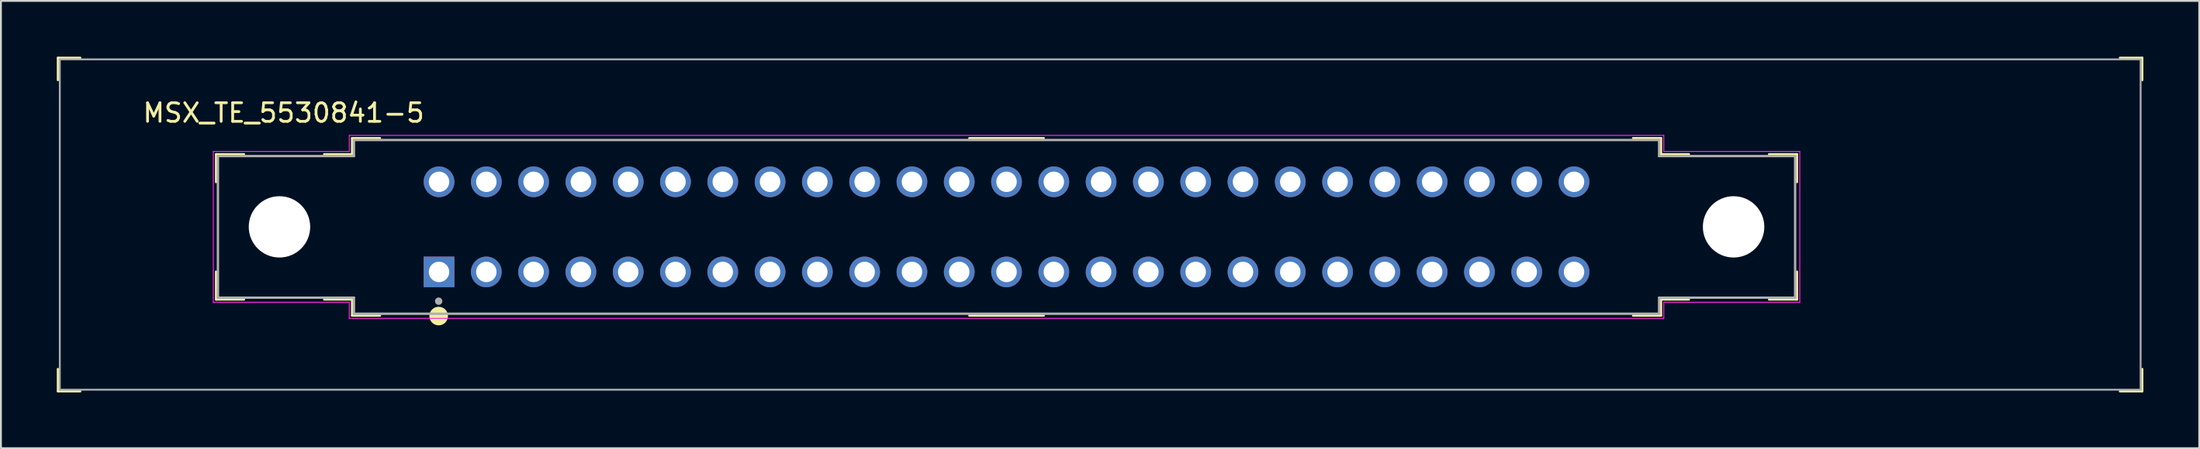
<source format=kicad_pcb>
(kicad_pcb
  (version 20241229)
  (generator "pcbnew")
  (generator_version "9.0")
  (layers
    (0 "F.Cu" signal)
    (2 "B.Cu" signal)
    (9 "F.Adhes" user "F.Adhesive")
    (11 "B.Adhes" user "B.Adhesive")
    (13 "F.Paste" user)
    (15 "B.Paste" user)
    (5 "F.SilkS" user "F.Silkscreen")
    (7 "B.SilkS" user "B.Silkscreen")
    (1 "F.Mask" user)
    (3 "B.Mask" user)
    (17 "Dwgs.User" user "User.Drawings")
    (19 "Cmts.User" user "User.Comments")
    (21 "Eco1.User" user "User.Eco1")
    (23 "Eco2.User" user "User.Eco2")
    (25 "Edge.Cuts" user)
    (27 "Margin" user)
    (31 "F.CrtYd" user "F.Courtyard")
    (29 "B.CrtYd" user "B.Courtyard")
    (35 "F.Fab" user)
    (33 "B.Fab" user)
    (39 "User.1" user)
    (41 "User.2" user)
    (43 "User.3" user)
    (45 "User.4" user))
  (footprint "MSX_TE_5530841-5"
    (layer "F.Cu")
    (at 51.01 9.16)
    (property "Reference" "MSX_TE_5530841-5" (at -38.825 -6.135 0) (layer "F.SilkS") (effects (font (size 1 1) (thickness 0.15))))
    (attr through_hole)
    (fp_line (start -50.95 -9.1) (end -50.95 -7.9) (stroke (width 0.12) (type solid)) (layer "F.SilkS"))
    (fp_line (start -50.95 -9.1) (end -49.75 -9.1) (stroke (width 0.12) (type solid)) (layer "F.SilkS"))
    (fp_line (start -50.95 8.85) (end -50.95 7.65) (stroke (width 0.12) (type solid)) (layer "F.SilkS"))
    (fp_line (start -50.95 8.85) (end -49.75 8.85) (stroke (width 0.12) (type solid)) (layer "F.SilkS"))
    (fp_line (start -42.455 -2.41) (end -42.455 -3.91) (stroke (width 0.12) (type solid)) (layer "F.SilkS"))
    (fp_line (start -42.455 2.41) (end -42.455 3.91) (stroke (width 0.12) (type solid)) (layer "F.SilkS"))
    (fp_line (start -40.955 -3.91) (end -42.455 -3.91) (stroke (width 0.12) (type solid)) (layer "F.SilkS"))
    (fp_line (start -40.955 3.91) (end -42.455 3.91) (stroke (width 0.12) (type solid)) (layer "F.SilkS"))
    (fp_line (start -36.65 -3.91) (end -35.15 -3.91) (stroke (width 0.12) (type solid)) (layer "F.SilkS"))
    (fp_line (start -36.65 3.91) (end -35.15 3.91) (stroke (width 0.12) (type solid)) (layer "F.SilkS"))
    (fp_line (start -35.15 -4.775) (end -35.15 -3.91) (stroke (width 0.12) (type solid)) (layer "F.SilkS"))
    (fp_line (start -35.15 3.91) (end -35.15 4.775) (stroke (width 0.12) (type solid)) (layer "F.SilkS"))
    (fp_line (start -33.65 -4.775) (end -35.15 -4.775) (stroke (width 0.12) (type solid)) (layer "F.SilkS"))
    (fp_line (start -33.65 4.775) (end -35.15 4.775) (stroke (width 0.12) (type solid)) (layer "F.SilkS"))
    (fp_line (start -2 4.775) (end 2 4.775) (stroke (width 0.12) (type solid)) (layer "F.SilkS"))
    (fp_line (start 2 -4.775) (end -2 -4.775) (stroke (width 0.12) (type solid)) (layer "F.SilkS"))
    (fp_line (start 33.65 -4.775) (end 35.15 -4.775) (stroke (width 0.12) (type solid)) (layer "F.SilkS"))
    (fp_line (start 33.65 4.775) (end 35.15 4.775) (stroke (width 0.12) (type solid)) (layer "F.SilkS"))
    (fp_line (start 35.15 -3.91) (end 35.15 -4.775) (stroke (width 0.127) (type solid)) (layer "F.SilkS"))
    (fp_line (start 35.15 4.775) (end 35.15 3.91) (stroke (width 0.127) (type solid)) (layer "F.SilkS"))
    (fp_line (start 36.65 -3.91) (end 35.15 -3.91) (stroke (width 0.12) (type solid)) (layer "F.SilkS"))
    (fp_line (start 36.65 3.91) (end 35.15 3.91) (stroke (width 0.12) (type solid)) (layer "F.SilkS"))
    (fp_line (start 40.955 -3.91) (end 42.455 -3.91) (stroke (width 0.12) (type solid)) (layer "F.SilkS"))
    (fp_line (start 40.955 3.91) (end 42.455 3.91) (stroke (width 0.12) (type solid)) (layer "F.SilkS"))
    (fp_line (start 42.455 -2.41) (end 42.455 -3.91) (stroke (width 0.12) (type solid)) (layer "F.SilkS"))
    (fp_line (start 42.455 2.41) (end 42.455 3.91) (stroke (width 0.12) (type solid)) (layer "F.SilkS"))
    (fp_line (start 61 -9.1) (end 59.8 -9.1) (stroke (width 0.12) (type solid)) (layer "F.SilkS"))
    (fp_line (start 61 -9.1) (end 61 -7.9) (stroke (width 0.12) (type solid)) (layer "F.SilkS"))
    (fp_line (start 61 8.85) (end 59.8 8.85) (stroke (width 0.12) (type solid)) (layer "F.SilkS"))
    (fp_line (start 61 8.85) (end 61 7.65) (stroke (width 0.12) (type solid)) (layer "F.SilkS"))
    (fp_circle (center -30.5 4.8) (end -30.25 4.8) (stroke (width 0.5) (type solid)) (fill no) (layer "F.SilkS"))
    (fp_line (start -42.605 -4.06) (end -42.605 4.06) (stroke (width 0.05) (type solid)) (layer "F.CrtYd"))
    (fp_line (start -42.605 4.06) (end -35.3 4.06) (stroke (width 0.05) (type solid)) (layer "F.CrtYd"))
    (fp_line (start -35.3 -4.925) (end -35.3 -4.06) (stroke (width 0.05) (type solid)) (layer "F.CrtYd"))
    (fp_line (start -35.3 -4.06) (end -42.605 -4.06) (stroke (width 0.05) (type solid)) (layer "F.CrtYd"))
    (fp_line (start -35.3 4.06) (end -35.3 4.925) (stroke (width 0.05) (type solid)) (layer "F.CrtYd"))
    (fp_line (start -35.3 4.925) (end 35.3 4.925) (stroke (width 0.05) (type solid)) (layer "F.CrtYd"))
    (fp_line (start 35.3 -4.925) (end -35.3 -4.925) (stroke (width 0.05) (type solid)) (layer "F.CrtYd"))
    (fp_line (start 35.3 -4.06) (end 35.3 -4.925) (stroke (width 0.05) (type solid)) (layer "F.CrtYd"))
    (fp_line (start 35.3 4.06) (end 42.605 4.06) (stroke (width 0.05) (type solid)) (layer "F.CrtYd"))
    (fp_line (start 35.3 4.925) (end 35.3 4.06) (stroke (width 0.05) (type solid)) (layer "F.CrtYd"))
    (fp_line (start 42.605 -4.06) (end 35.3 -4.06) (stroke (width 0.05) (type solid)) (layer "F.CrtYd"))
    (fp_line (start 42.605 4.06) (end 42.605 -4.06) (stroke (width 0.05) (type solid)) (layer "F.CrtYd"))
    (fp_line (start -50.848 -9.017) (end 60.912 -9.017) (stroke (width 0.1) (type solid)) (layer "F.Fab"))
    (fp_line (start -50.848 8.763) (end -50.848 -9.017) (stroke (width 0.1) (type solid)) (layer "F.Fab"))
    (fp_line (start -42.355 -3.81) (end -42.355 3.81) (stroke (width 0.127) (type solid)) (layer "F.Fab"))
    (fp_line (start -42.355 3.81) (end -35.05 3.81) (stroke (width 0.127) (type solid)) (layer "F.Fab"))
    (fp_line (start -35.05 -4.675) (end -35.05 -3.81) (stroke (width 0.127) (type solid)) (layer "F.Fab"))
    (fp_line (start -35.05 -3.81) (end -42.355 -3.81) (stroke (width 0.127) (type solid)) (layer "F.Fab"))
    (fp_line (start -35.05 3.81) (end -35.05 4.675) (stroke (width 0.127) (type solid)) (layer "F.Fab"))
    (fp_line (start -35.05 4.675) (end 35.05 4.675) (stroke (width 0.127) (type solid)) (layer "F.Fab"))
    (fp_line (start 35.05 -4.675) (end -35.05 -4.675) (stroke (width 0.127) (type solid)) (layer "F.Fab"))
    (fp_line (start 35.05 -3.81) (end 35.05 -4.675) (stroke (width 0.127) (type solid)) (layer "F.Fab"))
    (fp_line (start 35.05 3.81) (end 42.355 3.81) (stroke (width 0.127) (type solid)) (layer "F.Fab"))
    (fp_line (start 35.05 4.675) (end 35.05 3.81) (stroke (width 0.127) (type solid)) (layer "F.Fab"))
    (fp_line (start 42.355 -3.81) (end 35.05 -3.81) (stroke (width 0.127) (type solid)) (layer "F.Fab"))
    (fp_line (start 42.355 3.81) (end 42.355 -3.81) (stroke (width 0.127) (type solid)) (layer "F.Fab"))
    (fp_line (start 60.912 -9.017) (end 60.912 8.763) (stroke (width 0.1) (type solid)) (layer "F.Fab"))
    (fp_line (start 60.912 8.763) (end -50.848 8.763) (stroke (width 0.1) (type solid)) (layer "F.Fab"))
    (fp_circle (center -30.5 4) (end -30.4 4) (stroke (width 0.2) (type solid)) (fill no) (layer "F.Fab"))
    (pad "" np_thru_hole circle (at -39.05 0) (size 3.3 3.3) (drill 3.3) (layers "*.Cu" "*.Mask"))
    (pad "" np_thru_hole circle (at 39.05 0) (size 3.3 3.3) (drill 3.3) (layers "*.Cu" "*.Mask"))
    (pad "1" thru_hole rect (at -30.48 2.425) (size 1.65 1.65) (drill 1.1) (layers "*.Cu" "*.Mask"))
    (pad "2" thru_hole circle (at -30.48 -2.425) (size 1.65 1.65) (drill 1.1) (layers "*.Cu" "*.Mask"))
    (pad "3" thru_hole circle (at -27.94 2.425) (size 1.65 1.65) (drill 1.1) (layers "*.Cu" "*.Mask"))
    (pad "4" thru_hole circle (at -27.94 -2.425) (size 1.65 1.65) (drill 1.1) (layers "*.Cu" "*.Mask"))
    (pad "5" thru_hole circle (at -25.4 2.425) (size 1.65 1.65) (drill 1.1) (layers "*.Cu" "*.Mask"))
    (pad "6" thru_hole circle (at -25.4 -2.425) (size 1.65 1.65) (drill 1.1) (layers "*.Cu" "*.Mask"))
    (pad "7" thru_hole circle (at -22.86 2.425) (size 1.65 1.65) (drill 1.1) (layers "*.Cu" "*.Mask"))
    (pad "8" thru_hole circle (at -22.86 -2.425) (size 1.65 1.65) (drill 1.1) (layers "*.Cu" "*.Mask"))
    (pad "9" thru_hole circle (at -20.32 2.425) (size 1.65 1.65) (drill 1.1) (layers "*.Cu" "*.Mask"))
    (pad "10" thru_hole circle (at -20.32 -2.425) (size 1.65 1.65) (drill 1.1) (layers "*.Cu" "*.Mask"))
    (pad "11" thru_hole circle (at -17.78 2.425) (size 1.65 1.65) (drill 1.1) (layers "*.Cu" "*.Mask"))
    (pad "12" thru_hole circle (at -17.78 -2.425) (size 1.65 1.65) (drill 1.1) (layers "*.Cu" "*.Mask"))
    (pad "13" thru_hole circle (at -15.24 2.425) (size 1.65 1.65) (drill 1.1) (layers "*.Cu" "*.Mask"))
    (pad "14" thru_hole circle (at -15.24 -2.425) (size 1.65 1.65) (drill 1.1) (layers "*.Cu" "*.Mask"))
    (pad "15" thru_hole circle (at -12.7 2.425) (size 1.65 1.65) (drill 1.1) (layers "*.Cu" "*.Mask"))
    (pad "16" thru_hole circle (at -12.7 -2.425) (size 1.65 1.65) (drill 1.1) (layers "*.Cu" "*.Mask"))
    (pad "17" thru_hole circle (at -10.16 2.425) (size 1.65 1.65) (drill 1.1) (layers "*.Cu" "*.Mask"))
    (pad "18" thru_hole circle (at -10.16 -2.425) (size 1.65 1.65) (drill 1.1) (layers "*.Cu" "*.Mask"))
    (pad "19" thru_hole circle (at -7.62 2.425) (size 1.65 1.65) (drill 1.1) (layers "*.Cu" "*.Mask"))
    (pad "20" thru_hole circle (at -7.62 -2.425) (size 1.65 1.65) (drill 1.1) (layers "*.Cu" "*.Mask"))
    (pad "21" thru_hole circle (at -5.08 2.425) (size 1.65 1.65) (drill 1.1) (layers "*.Cu" "*.Mask"))
    (pad "22" thru_hole circle (at -5.08 -2.425) (size 1.65 1.65) (drill 1.1) (layers "*.Cu" "*.Mask"))
    (pad "23" thru_hole circle (at -2.54 2.425) (size 1.65 1.65) (drill 1.1) (layers "*.Cu" "*.Mask"))
    (pad "24" thru_hole circle (at -2.54 -2.425) (size 1.65 1.65) (drill 1.1) (layers "*.Cu" "*.Mask"))
    (pad "25" thru_hole circle (at 0 2.425) (size 1.65 1.65) (drill 1.1) (layers "*.Cu" "*.Mask"))
    (pad "26" thru_hole circle (at 0 -2.425) (size 1.65 1.65) (drill 1.1) (layers "*.Cu" "*.Mask"))
    (pad "27" thru_hole circle (at 2.54 2.425) (size 1.65 1.65) (drill 1.1) (layers "*.Cu" "*.Mask"))
    (pad "28" thru_hole circle (at 2.54 -2.425) (size 1.65 1.65) (drill 1.1) (layers "*.Cu" "*.Mask"))
    (pad "29" thru_hole circle (at 5.08 2.425) (size 1.65 1.65) (drill 1.1) (layers "*.Cu" "*.Mask"))
    (pad "30" thru_hole circle (at 5.08 -2.425) (size 1.65 1.65) (drill 1.1) (layers "*.Cu" "*.Mask"))
    (pad "31" thru_hole circle (at 7.62 2.425) (size 1.65 1.65) (drill 1.1) (layers "*.Cu" "*.Mask"))
    (pad "32" thru_hole circle (at 7.62 -2.425) (size 1.65 1.65) (drill 1.1) (layers "*.Cu" "*.Mask"))
    (pad "33" thru_hole circle (at 10.16 2.425) (size 1.65 1.65) (drill 1.1) (layers "*.Cu" "*.Mask"))
    (pad "34" thru_hole circle (at 10.16 -2.425) (size 1.65 1.65) (drill 1.1) (layers "*.Cu" "*.Mask"))
    (pad "35" thru_hole circle (at 12.7 2.425) (size 1.65 1.65) (drill 1.1) (layers "*.Cu" "*.Mask"))
    (pad "36" thru_hole circle (at 12.7 -2.425) (size 1.65 1.65) (drill 1.1) (layers "*.Cu" "*.Mask"))
    (pad "37" thru_hole circle (at 15.24 2.425) (size 1.65 1.65) (drill 1.1) (layers "*.Cu" "*.Mask"))
    (pad "38" thru_hole circle (at 15.24 -2.425) (size 1.65 1.65) (drill 1.1) (layers "*.Cu" "*.Mask"))
    (pad "39" thru_hole circle (at 17.78 2.425) (size 1.65 1.65) (drill 1.1) (layers "*.Cu" "*.Mask"))
    (pad "40" thru_hole circle (at 17.78 -2.425) (size 1.65 1.65) (drill 1.1) (layers "*.Cu" "*.Mask"))
    (pad "41" thru_hole circle (at 20.32 2.425) (size 1.65 1.65) (drill 1.1) (layers "*.Cu" "*.Mask"))
    (pad "42" thru_hole circle (at 20.32 -2.425) (size 1.65 1.65) (drill 1.1) (layers "*.Cu" "*.Mask"))
    (pad "43" thru_hole circle (at 22.86 2.425) (size 1.65 1.65) (drill 1.1) (layers "*.Cu" "*.Mask"))
    (pad "44" thru_hole circle (at 22.86 -2.425) (size 1.65 1.65) (drill 1.1) (layers "*.Cu" "*.Mask"))
    (pad "45" thru_hole circle (at 25.4 2.425) (size 1.65 1.65) (drill 1.1) (layers "*.Cu" "*.Mask"))
    (pad "46" thru_hole circle (at 25.4 -2.425) (size 1.65 1.65) (drill 1.1) (layers "*.Cu" "*.Mask"))
    (pad "47" thru_hole circle (at 27.94 2.425) (size 1.65 1.65) (drill 1.1) (layers "*.Cu" "*.Mask"))
    (pad "48" thru_hole circle (at 27.94 -2.425) (size 1.65 1.65) (drill 1.1) (layers "*.Cu" "*.Mask"))
    (pad "49" thru_hole circle (at 30.48 2.425) (size 1.65 1.65) (drill 1.1) (layers "*.Cu" "*.Mask"))
    (pad "50" thru_hole circle (at 30.48 -2.425) (size 1.65 1.65) (drill 1.1) (layers "*.Cu" "*.Mask")))
  (gr_rect
    (start -3 -3)
    (end 115.07 21.07)
    (stroke (width 0.1) (type default))
    (fill no)
    (layer "Edge.Cuts")))
</source>
